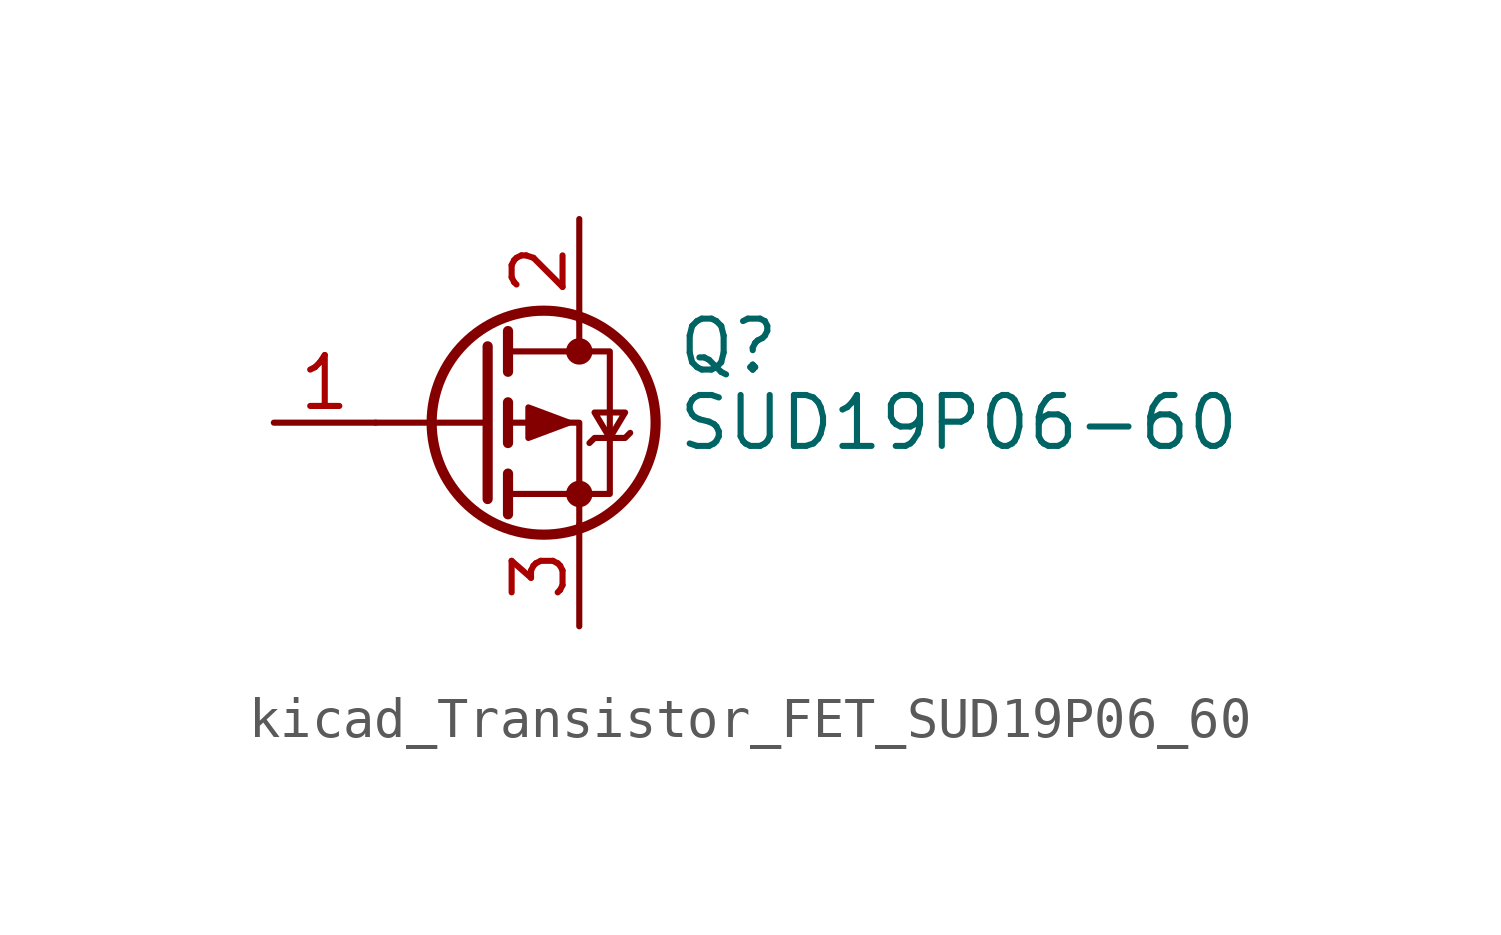
<source format=kicad_sym>
(kicad_symbol_lib
  (version 20220914)
  (generator kicad_symbol_editor)
  (symbol "kicad_Transistor_FET_SUD19P06_60"
    (pin_names hide)
    (property "Reference" "Q"
      (at 4.953 1.905 0)
      (effects (font (size 1.27 1.27)) (justify left)))
    (property "Value" "SUD19P06-60"
      (at 4.953 0 0)
      (effects (font (size 1.27 1.27)) (justify left)))
    (symbol "kicad_Transistor_FET_SUD19P06_60_0_1"
      (polyline (pts (xy 0.254 0) (xy -2.54 0)) (stroke (width 0) (type default)) (fill (type none)))
      (polyline (pts (xy 0.254 1.905) (xy 0.254 -1.905)) (stroke (width 0.254) (type default)) (fill (type none)))
      (polyline (pts (xy 0.762 -1.27) (xy 0.762 -2.286)) (stroke (width 0.254) (type default)) (fill (type none)))
      (polyline (pts (xy 0.762 0.508) (xy 0.762 -0.508)) (stroke (width 0.254) (type default)) (fill (type none)))
      (polyline (pts (xy 0.762 2.286) (xy 0.762 1.27)) (stroke (width 0.254) (type default)) (fill (type none)))
      (polyline (pts (xy 2.54 2.54) (xy 2.54 1.778)) (stroke (width 0) (type default)) (fill (type none)))
      (polyline (pts (xy 2.54 -2.54) (xy 2.54 0) (xy 0.762 0)) (stroke (width 0) (type default)) (fill (type none)))
      (polyline (pts (xy 0.762 1.778) (xy 3.302 1.778) (xy 3.302 -1.778) (xy 0.762 -1.778)) (stroke (width 0) (type default)) (fill (type none)))
      (polyline (pts (xy 2.286 0) (xy 1.27 0.381) (xy 1.27 -0.381) (xy 2.286 0)) (stroke (width 0) (type default)) (fill (type outline)))
      (polyline (pts (xy 2.794 -0.508) (xy 2.921 -0.381) (xy 3.683 -0.381) (xy 3.81 -0.254)) (stroke (width 0) (type default)) (fill (type none)))
      (polyline (pts (xy 3.302 -0.381) (xy 2.921 0.254) (xy 3.683 0.254) (xy 3.302 -0.381)) (stroke (width 0) (type default)) (fill (type none)))
      (circle (center 1.651 0) (radius 2.794) (stroke (width 0.254) (type default)) (fill (type none)))
      (circle (center 2.54 -1.778) (radius 0.254) (stroke (width 0) (type default)) (fill (type outline)))
      (circle (center 2.54 1.778) (radius 0.254) (stroke (width 0) (type default)) (fill (type outline))))
    (symbol "kicad_Transistor_FET_SUD19P06_60_1_1"
      (pin input line (at -5.08 0 0) (length 2.54) (name "G" (effects (font (size 1.27 1.27)))) (number "1" (effects (font (size 1.27 1.27)))))
      (pin passive line (at 2.54 5.08 270) (length 2.54) (name "D" (effects (font (size 1.27 1.27)))) (number "2" (effects (font (size 1.27 1.27)))))
      (pin passive line (at 2.54 -5.08 90) (length 2.54) (name "S" (effects (font (size 1.27 1.27)))) (number "3" (effects (font (size 1.27 1.27))))))))
</source>
